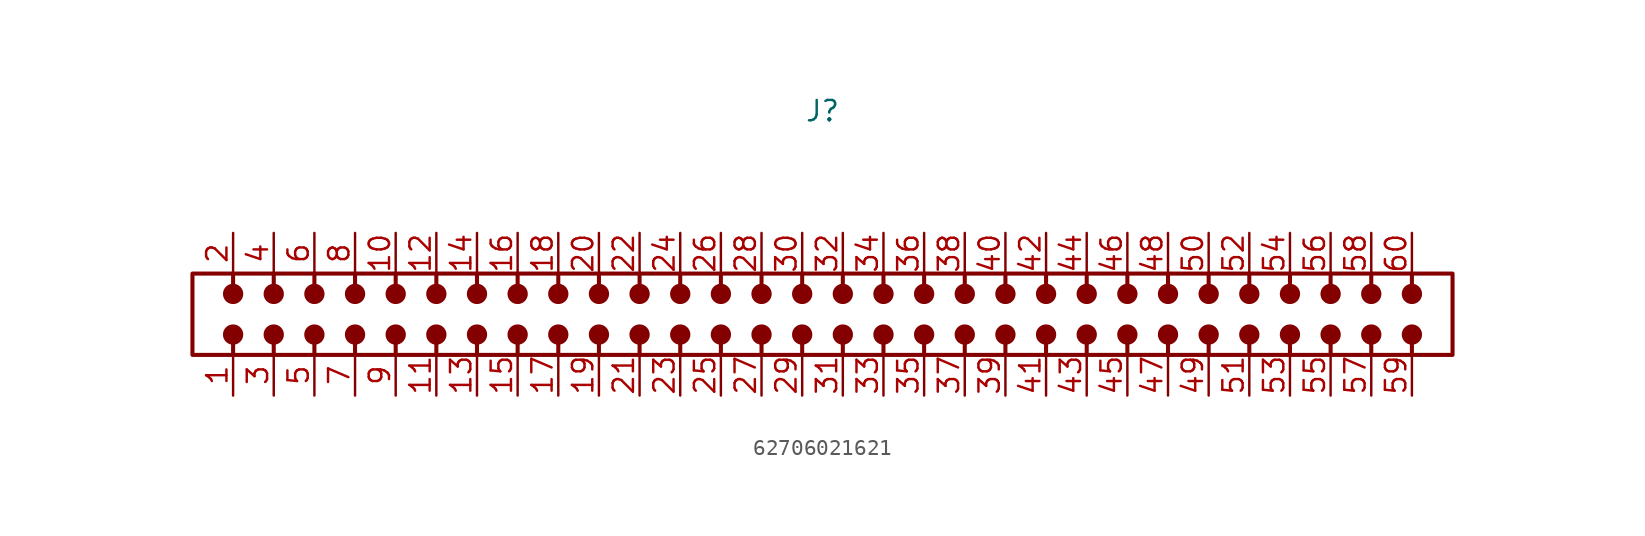
<source format=kicad_sym>
(kicad_symbol_lib
  (version 20241209)
  (generator "kicad_symbol_editor")
  (generator_version "9.0")
  (symbol "62706021621"
    (pin_names
      (hide yes))
    (property "Reference" "J"
      (at 0 12.7 0)
      (effects (font (size 1.27 1.27))))
    (symbol "62706021621_1_1"
      (polyline (pts (xy -36.83 1.778) (xy -36.83 2.54)) (stroke (width 0.254) (type solid)) (fill (type none)))
      (circle (center -36.83 1.27) (radius 0.508) (stroke (width 0.254) (type solid)) (fill (type outline)))
      (circle (center -36.83 -1.27) (radius 0.508) (stroke (width 0.254) (type solid)) (fill (type outline)))
      (polyline (pts (xy -36.83 -1.778) (xy -36.83 -2.54)) (stroke (width 0.254) (type solid)) (fill (type none)))
      (polyline (pts (xy -34.29 1.778) (xy -34.29 2.54)) (stroke (width 0.254) (type solid)) (fill (type none)))
      (circle (center -34.29 1.27) (radius 0.508) (stroke (width 0.254) (type solid)) (fill (type outline)))
      (circle (center -34.29 -1.27) (radius 0.508) (stroke (width 0.254) (type solid)) (fill (type outline)))
      (polyline (pts (xy -34.29 -1.778) (xy -34.29 -2.54)) (stroke (width 0.254) (type solid)) (fill (type none)))
      (polyline (pts (xy -31.75 1.778) (xy -31.75 2.54)) (stroke (width 0.254) (type solid)) (fill (type none)))
      (circle (center -31.75 1.27) (radius 0.508) (stroke (width 0.254) (type solid)) (fill (type outline)))
      (circle (center -31.75 -1.27) (radius 0.508) (stroke (width 0.254) (type solid)) (fill (type outline)))
      (polyline (pts (xy -31.75 -1.778) (xy -31.75 -2.54)) (stroke (width 0.254) (type solid)) (fill (type none)))
      (polyline (pts (xy -29.21 1.778) (xy -29.21 2.54)) (stroke (width 0.254) (type solid)) (fill (type none)))
      (circle (center -29.21 1.27) (radius 0.508) (stroke (width 0.254) (type solid)) (fill (type outline)))
      (circle (center -29.21 -1.27) (radius 0.508) (stroke (width 0.254) (type solid)) (fill (type outline)))
      (polyline (pts (xy -29.21 -1.778) (xy -29.21 -2.54)) (stroke (width 0.254) (type solid)) (fill (type none)))
      (polyline (pts (xy -26.67 1.778) (xy -26.67 2.54)) (stroke (width 0.254) (type solid)) (fill (type none)))
      (circle (center -26.67 1.27) (radius 0.508) (stroke (width 0.254) (type solid)) (fill (type outline)))
      (circle (center -26.67 -1.27) (radius 0.508) (stroke (width 0.254) (type solid)) (fill (type outline)))
      (polyline (pts (xy -26.67 -1.778) (xy -26.67 -2.54)) (stroke (width 0.254) (type solid)) (fill (type none)))
      (polyline (pts (xy -24.13 1.778) (xy -24.13 2.54)) (stroke (width 0.254) (type solid)) (fill (type none)))
      (circle (center -24.13 1.27) (radius 0.508) (stroke (width 0.254) (type solid)) (fill (type outline)))
      (circle (center -24.13 -1.27) (radius 0.508) (stroke (width 0.254) (type solid)) (fill (type outline)))
      (polyline (pts (xy -24.13 -1.778) (xy -24.13 -2.54)) (stroke (width 0.254) (type solid)) (fill (type none)))
      (polyline (pts (xy -21.59 1.778) (xy -21.59 2.54)) (stroke (width 0.254) (type solid)) (fill (type none)))
      (circle (center -21.59 1.27) (radius 0.508) (stroke (width 0.254) (type solid)) (fill (type outline)))
      (circle (center -21.59 -1.27) (radius 0.508) (stroke (width 0.254) (type solid)) (fill (type outline)))
      (polyline (pts (xy -21.59 -1.778) (xy -21.59 -2.54)) (stroke (width 0.254) (type solid)) (fill (type none)))
      (polyline (pts (xy -19.05 1.778) (xy -19.05 2.54)) (stroke (width 0.254) (type solid)) (fill (type none)))
      (circle (center -19.05 1.27) (radius 0.508) (stroke (width 0.254) (type solid)) (fill (type outline)))
      (circle (center -19.05 -1.27) (radius 0.508) (stroke (width 0.254) (type solid)) (fill (type outline)))
      (polyline (pts (xy -19.05 -1.778) (xy -19.05 -2.54)) (stroke (width 0.254) (type solid)) (fill (type none)))
      (polyline (pts (xy -16.51 1.778) (xy -16.51 2.54)) (stroke (width 0.254) (type solid)) (fill (type none)))
      (circle (center -16.51 1.27) (radius 0.508) (stroke (width 0.254) (type solid)) (fill (type outline)))
      (circle (center -16.51 -1.27) (radius 0.508) (stroke (width 0.254) (type solid)) (fill (type outline)))
      (polyline (pts (xy -16.51 -1.778) (xy -16.51 -2.54)) (stroke (width 0.254) (type solid)) (fill (type none)))
      (polyline (pts (xy -13.97 1.778) (xy -13.97 2.54)) (stroke (width 0.254) (type solid)) (fill (type none)))
      (circle (center -13.97 1.27) (radius 0.508) (stroke (width 0.254) (type solid)) (fill (type outline)))
      (circle (center -13.97 -1.27) (radius 0.508) (stroke (width 0.254) (type solid)) (fill (type outline)))
      (polyline (pts (xy -13.97 -1.778) (xy -13.97 -2.54)) (stroke (width 0.254) (type solid)) (fill (type none)))
      (polyline (pts (xy -11.43 1.778) (xy -11.43 2.54)) (stroke (width 0.254) (type solid)) (fill (type none)))
      (circle (center -11.43 1.27) (radius 0.508) (stroke (width 0.254) (type solid)) (fill (type outline)))
      (circle (center -11.43 -1.27) (radius 0.508) (stroke (width 0.254) (type solid)) (fill (type outline)))
      (polyline (pts (xy -11.43 -1.778) (xy -11.43 -2.54)) (stroke (width 0.254) (type solid)) (fill (type none)))
      (polyline (pts (xy -8.89 1.778) (xy -8.89 2.54)) (stroke (width 0.254) (type solid)) (fill (type none)))
      (circle (center -8.89 1.27) (radius 0.508) (stroke (width 0.254) (type solid)) (fill (type outline)))
      (circle (center -8.89 -1.27) (radius 0.508) (stroke (width 0.254) (type solid)) (fill (type outline)))
      (polyline (pts (xy -8.89 -1.778) (xy -8.89 -2.54)) (stroke (width 0.254) (type solid)) (fill (type none)))
      (polyline (pts (xy -6.35 1.778) (xy -6.35 2.54)) (stroke (width 0.254) (type solid)) (fill (type none)))
      (circle (center -6.35 1.27) (radius 0.508) (stroke (width 0.254) (type solid)) (fill (type outline)))
      (circle (center -6.35 -1.27) (radius 0.508) (stroke (width 0.254) (type solid)) (fill (type outline)))
      (polyline (pts (xy -6.35 -1.778) (xy -6.35 -2.54)) (stroke (width 0.254) (type solid)) (fill (type none)))
      (polyline (pts (xy -3.81 1.778) (xy -3.81 2.54)) (stroke (width 0.254) (type solid)) (fill (type none)))
      (circle (center -3.81 1.27) (radius 0.508) (stroke (width 0.254) (type solid)) (fill (type outline)))
      (circle (center -3.81 -1.27) (radius 0.508) (stroke (width 0.254) (type solid)) (fill (type outline)))
      (polyline (pts (xy -3.81 -1.778) (xy -3.81 -2.54)) (stroke (width 0.254) (type solid)) (fill (type none)))
      (polyline (pts (xy -1.27 1.778) (xy -1.27 2.54)) (stroke (width 0.254) (type solid)) (fill (type none)))
      (circle (center -1.27 1.27) (radius 0.508) (stroke (width 0.254) (type solid)) (fill (type outline)))
      (circle (center -1.27 -1.27) (radius 0.508) (stroke (width 0.254) (type solid)) (fill (type outline)))
      (polyline (pts (xy -1.27 -1.778) (xy -1.27 -2.54)) (stroke (width 0.254) (type solid)) (fill (type none)))
      (polyline (pts (xy 1.27 1.778) (xy 1.27 2.54)) (stroke (width 0.254) (type solid)) (fill (type none)))
      (circle (center 1.27 1.27) (radius 0.508) (stroke (width 0.254) (type solid)) (fill (type outline)))
      (circle (center 1.27 -1.27) (radius 0.508) (stroke (width 0.254) (type solid)) (fill (type outline)))
      (polyline (pts (xy 1.27 -1.778) (xy 1.27 -2.54)) (stroke (width 0.254) (type solid)) (fill (type none)))
      (polyline (pts (xy 3.81 1.778) (xy 3.81 2.54)) (stroke (width 0.254) (type solid)) (fill (type none)))
      (circle (center 3.81 1.27) (radius 0.508) (stroke (width 0.254) (type solid)) (fill (type outline)))
      (circle (center 3.81 -1.27) (radius 0.508) (stroke (width 0.254) (type solid)) (fill (type outline)))
      (polyline (pts (xy 3.81 -1.778) (xy 3.81 -2.54)) (stroke (width 0.254) (type solid)) (fill (type none)))
      (polyline (pts (xy 6.35 1.778) (xy 6.35 2.54)) (stroke (width 0.254) (type solid)) (fill (type none)))
      (circle (center 6.35 1.27) (radius 0.508) (stroke (width 0.254) (type solid)) (fill (type outline)))
      (circle (center 6.35 -1.27) (radius 0.508) (stroke (width 0.254) (type solid)) (fill (type outline)))
      (polyline (pts (xy 6.35 -1.778) (xy 6.35 -2.54)) (stroke (width 0.254) (type solid)) (fill (type none)))
      (polyline (pts (xy 8.89 1.778) (xy 8.89 2.54)) (stroke (width 0.254) (type solid)) (fill (type none)))
      (circle (center 8.89 1.27) (radius 0.508) (stroke (width 0.254) (type solid)) (fill (type outline)))
      (circle (center 8.89 -1.27) (radius 0.508) (stroke (width 0.254) (type solid)) (fill (type outline)))
      (polyline (pts (xy 8.89 -1.778) (xy 8.89 -2.54)) (stroke (width 0.254) (type solid)) (fill (type none)))
      (polyline (pts (xy 11.43 1.778) (xy 11.43 2.54)) (stroke (width 0.254) (type solid)) (fill (type none)))
      (circle (center 11.43 1.27) (radius 0.508) (stroke (width 0.254) (type solid)) (fill (type outline)))
      (circle (center 11.43 -1.27) (radius 0.508) (stroke (width 0.254) (type solid)) (fill (type outline)))
      (polyline (pts (xy 11.43 -1.778) (xy 11.43 -2.54)) (stroke (width 0.254) (type solid)) (fill (type none)))
      (polyline (pts (xy 13.97 1.778) (xy 13.97 2.54)) (stroke (width 0.254) (type solid)) (fill (type none)))
      (circle (center 13.97 1.27) (radius 0.508) (stroke (width 0.254) (type solid)) (fill (type outline)))
      (circle (center 13.97 -1.27) (radius 0.508) (stroke (width 0.254) (type solid)) (fill (type outline)))
      (polyline (pts (xy 13.97 -1.778) (xy 13.97 -2.54)) (stroke (width 0.254) (type solid)) (fill (type none)))
      (polyline (pts (xy 16.51 1.778) (xy 16.51 2.54)) (stroke (width 0.254) (type solid)) (fill (type none)))
      (circle (center 16.51 1.27) (radius 0.508) (stroke (width 0.254) (type solid)) (fill (type outline)))
      (circle (center 16.51 -1.27) (radius 0.508) (stroke (width 0.254) (type solid)) (fill (type outline)))
      (polyline (pts (xy 16.51 -1.778) (xy 16.51 -2.54)) (stroke (width 0.254) (type solid)) (fill (type none)))
      (polyline (pts (xy 19.05 1.778) (xy 19.05 2.54)) (stroke (width 0.254) (type solid)) (fill (type none)))
      (circle (center 19.05 1.27) (radius 0.508) (stroke (width 0.254) (type solid)) (fill (type outline)))
      (circle (center 19.05 -1.27) (radius 0.508) (stroke (width 0.254) (type solid)) (fill (type outline)))
      (polyline (pts (xy 19.05 -1.778) (xy 19.05 -2.54)) (stroke (width 0.254) (type solid)) (fill (type none)))
      (polyline (pts (xy 21.59 1.778) (xy 21.59 2.54)) (stroke (width 0.254) (type solid)) (fill (type none)))
      (circle (center 21.59 1.27) (radius 0.508) (stroke (width 0.254) (type solid)) (fill (type outline)))
      (circle (center 21.59 -1.27) (radius 0.508) (stroke (width 0.254) (type solid)) (fill (type outline)))
      (polyline (pts (xy 21.59 -1.778) (xy 21.59 -2.54)) (stroke (width 0.254) (type solid)) (fill (type none)))
      (polyline (pts (xy 24.13 1.778) (xy 24.13 2.54)) (stroke (width 0.254) (type solid)) (fill (type none)))
      (circle (center 24.13 1.27) (radius 0.508) (stroke (width 0.254) (type solid)) (fill (type outline)))
      (circle (center 24.13 -1.27) (radius 0.508) (stroke (width 0.254) (type solid)) (fill (type outline)))
      (polyline (pts (xy 24.13 -1.778) (xy 24.13 -2.54)) (stroke (width 0.254) (type solid)) (fill (type none)))
      (polyline (pts (xy 26.67 1.778) (xy 26.67 2.54)) (stroke (width 0.254) (type solid)) (fill (type none)))
      (circle (center 26.67 1.27) (radius 0.508) (stroke (width 0.254) (type solid)) (fill (type outline)))
      (circle (center 26.67 -1.27) (radius 0.508) (stroke (width 0.254) (type solid)) (fill (type outline)))
      (polyline (pts (xy 26.67 -1.778) (xy 26.67 -2.54)) (stroke (width 0.254) (type solid)) (fill (type none)))
      (polyline (pts (xy 29.21 1.778) (xy 29.21 2.54)) (stroke (width 0.254) (type solid)) (fill (type none)))
      (circle (center 29.21 1.27) (radius 0.508) (stroke (width 0.254) (type solid)) (fill (type outline)))
      (circle (center 29.21 -1.27) (radius 0.508) (stroke (width 0.254) (type solid)) (fill (type outline)))
      (polyline (pts (xy 29.21 -1.778) (xy 29.21 -2.54)) (stroke (width 0.254) (type solid)) (fill (type none)))
      (polyline (pts (xy 31.75 1.778) (xy 31.75 2.54)) (stroke (width 0.254) (type solid)) (fill (type none)))
      (circle (center 31.75 1.27) (radius 0.508) (stroke (width 0.254) (type solid)) (fill (type outline)))
      (circle (center 31.75 -1.27) (radius 0.508) (stroke (width 0.254) (type solid)) (fill (type outline)))
      (polyline (pts (xy 31.75 -1.778) (xy 31.75 -2.54)) (stroke (width 0.254) (type solid)) (fill (type none)))
      (polyline (pts (xy 34.29 1.778) (xy 34.29 2.54)) (stroke (width 0.254) (type solid)) (fill (type none)))
      (circle (center 34.29 1.27) (radius 0.508) (stroke (width 0.254) (type solid)) (fill (type outline)))
      (circle (center 34.29 -1.27) (radius 0.508) (stroke (width 0.254) (type solid)) (fill (type outline)))
      (polyline (pts (xy 34.29 -1.778) (xy 34.29 -2.54)) (stroke (width 0.254) (type solid)) (fill (type none)))
      (polyline (pts (xy 36.83 1.778) (xy 36.83 2.54)) (stroke (width 0.254) (type solid)) (fill (type none)))
      (circle (center 36.83 1.27) (radius 0.508) (stroke (width 0.254) (type solid)) (fill (type outline)))
      (circle (center 36.83 -1.27) (radius 0.508) (stroke (width 0.254) (type solid)) (fill (type outline)))
      (polyline (pts (xy 36.83 -1.778) (xy 36.83 -2.54)) (stroke (width 0.254) (type solid)) (fill (type none)))
      (rectangle (start 39.37 -2.54) (end -39.37 2.54) (stroke (width 0.254) (type solid)) (fill (type none)))
      (pin passive line (at -36.83 5.08 270) (length 2.54) (name "2" (effects (font (size 1.27 1.27)))) (number "2" (effects (font (size 1.27 1.27)))))
      (pin passive line (at -36.83 -5.08 90) (length 2.54) (name "1" (effects (font (size 1.27 1.27)))) (number "1" (effects (font (size 1.27 1.27)))))
      (pin passive line (at -34.29 5.08 270) (length 2.54) (name "4" (effects (font (size 1.27 1.27)))) (number "4" (effects (font (size 1.27 1.27)))))
      (pin passive line (at -34.29 -5.08 90) (length 2.54) (name "3" (effects (font (size 1.27 1.27)))) (number "3" (effects (font (size 1.27 1.27)))))
      (pin passive line (at -31.75 5.08 270) (length 2.54) (name "6" (effects (font (size 1.27 1.27)))) (number "6" (effects (font (size 1.27 1.27)))))
      (pin passive line (at -31.75 -5.08 90) (length 2.54) (name "5" (effects (font (size 1.27 1.27)))) (number "5" (effects (font (size 1.27 1.27)))))
      (pin passive line (at -29.21 5.08 270) (length 2.54) (name "8" (effects (font (size 1.27 1.27)))) (number "8" (effects (font (size 1.27 1.27)))))
      (pin passive line (at -29.21 -5.08 90) (length 2.54) (name "7" (effects (font (size 1.27 1.27)))) (number "7" (effects (font (size 1.27 1.27)))))
      (pin passive line (at -26.67 5.08 270) (length 2.54) (name "10" (effects (font (size 1.27 1.27)))) (number "10" (effects (font (size 1.27 1.27)))))
      (pin passive line (at -26.67 -5.08 90) (length 2.54) (name "9" (effects (font (size 1.27 1.27)))) (number "9" (effects (font (size 1.27 1.27)))))
      (pin passive line (at -24.13 5.08 270) (length 2.54) (name "12" (effects (font (size 1.27 1.27)))) (number "12" (effects (font (size 1.27 1.27)))))
      (pin passive line (at -24.13 -5.08 90) (length 2.54) (name "11" (effects (font (size 1.27 1.27)))) (number "11" (effects (font (size 1.27 1.27)))))
      (pin passive line (at -21.59 5.08 270) (length 2.54) (name "14" (effects (font (size 1.27 1.27)))) (number "14" (effects (font (size 1.27 1.27)))))
      (pin passive line (at -21.59 -5.08 90) (length 2.54) (name "13" (effects (font (size 1.27 1.27)))) (number "13" (effects (font (size 1.27 1.27)))))
      (pin passive line (at -19.05 5.08 270) (length 2.54) (name "16" (effects (font (size 1.27 1.27)))) (number "16" (effects (font (size 1.27 1.27)))))
      (pin passive line (at -19.05 -5.08 90) (length 2.54) (name "15" (effects (font (size 1.27 1.27)))) (number "15" (effects (font (size 1.27 1.27)))))
      (pin passive line (at -16.51 5.08 270) (length 2.54) (name "18" (effects (font (size 1.27 1.27)))) (number "18" (effects (font (size 1.27 1.27)))))
      (pin passive line (at -16.51 -5.08 90) (length 2.54) (name "17" (effects (font (size 1.27 1.27)))) (number "17" (effects (font (size 1.27 1.27)))))
      (pin passive line (at -13.97 5.08 270) (length 2.54) (name "20" (effects (font (size 1.27 1.27)))) (number "20" (effects (font (size 1.27 1.27)))))
      (pin passive line (at -13.97 -5.08 90) (length 2.54) (name "19" (effects (font (size 1.27 1.27)))) (number "19" (effects (font (size 1.27 1.27)))))
      (pin passive line (at -11.43 5.08 270) (length 2.54) (name "22" (effects (font (size 1.27 1.27)))) (number "22" (effects (font (size 1.27 1.27)))))
      (pin passive line (at -11.43 -5.08 90) (length 2.54) (name "21" (effects (font (size 1.27 1.27)))) (number "21" (effects (font (size 1.27 1.27)))))
      (pin passive line (at -8.89 5.08 270) (length 2.54) (name "24" (effects (font (size 1.27 1.27)))) (number "24" (effects (font (size 1.27 1.27)))))
      (pin passive line (at -8.89 -5.08 90) (length 2.54) (name "23" (effects (font (size 1.27 1.27)))) (number "23" (effects (font (size 1.27 1.27)))))
      (pin passive line (at -6.35 5.08 270) (length 2.54) (name "26" (effects (font (size 1.27 1.27)))) (number "26" (effects (font (size 1.27 1.27)))))
      (pin passive line (at -6.35 -5.08 90) (length 2.54) (name "25" (effects (font (size 1.27 1.27)))) (number "25" (effects (font (size 1.27 1.27)))))
      (pin passive line (at -3.81 5.08 270) (length 2.54) (name "28" (effects (font (size 1.27 1.27)))) (number "28" (effects (font (size 1.27 1.27)))))
      (pin passive line (at -3.81 -5.08 90) (length 2.54) (name "27" (effects (font (size 1.27 1.27)))) (number "27" (effects (font (size 1.27 1.27)))))
      (pin passive line (at -1.27 5.08 270) (length 2.54) (name "30" (effects (font (size 1.27 1.27)))) (number "30" (effects (font (size 1.27 1.27)))))
      (pin passive line (at -1.27 -5.08 90) (length 2.54) (name "29" (effects (font (size 1.27 1.27)))) (number "29" (effects (font (size 1.27 1.27)))))
      (pin passive line (at 1.27 5.08 270) (length 2.54) (name "32" (effects (font (size 1.27 1.27)))) (number "32" (effects (font (size 1.27 1.27)))))
      (pin passive line (at 1.27 -5.08 90) (length 2.54) (name "31" (effects (font (size 1.27 1.27)))) (number "31" (effects (font (size 1.27 1.27)))))
      (pin passive line (at 3.81 5.08 270) (length 2.54) (name "34" (effects (font (size 1.27 1.27)))) (number "34" (effects (font (size 1.27 1.27)))))
      (pin passive line (at 3.81 -5.08 90) (length 2.54) (name "33" (effects (font (size 1.27 1.27)))) (number "33" (effects (font (size 1.27 1.27)))))
      (pin passive line (at 6.35 5.08 270) (length 2.54) (name "36" (effects (font (size 1.27 1.27)))) (number "36" (effects (font (size 1.27 1.27)))))
      (pin passive line (at 6.35 -5.08 90) (length 2.54) (name "35" (effects (font (size 1.27 1.27)))) (number "35" (effects (font (size 1.27 1.27)))))
      (pin passive line (at 8.89 5.08 270) (length 2.54) (name "38" (effects (font (size 1.27 1.27)))) (number "38" (effects (font (size 1.27 1.27)))))
      (pin passive line (at 8.89 -5.08 90) (length 2.54) (name "37" (effects (font (size 1.27 1.27)))) (number "37" (effects (font (size 1.27 1.27)))))
      (pin passive line (at 11.43 5.08 270) (length 2.54) (name "40" (effects (font (size 1.27 1.27)))) (number "40" (effects (font (size 1.27 1.27)))))
      (pin passive line (at 11.43 -5.08 90) (length 2.54) (name "39" (effects (font (size 1.27 1.27)))) (number "39" (effects (font (size 1.27 1.27)))))
      (pin passive line (at 13.97 5.08 270) (length 2.54) (name "42" (effects (font (size 1.27 1.27)))) (number "42" (effects (font (size 1.27 1.27)))))
      (pin passive line (at 13.97 -5.08 90) (length 2.54) (name "41" (effects (font (size 1.27 1.27)))) (number "41" (effects (font (size 1.27 1.27)))))
      (pin passive line (at 16.51 5.08 270) (length 2.54) (name "44" (effects (font (size 1.27 1.27)))) (number "44" (effects (font (size 1.27 1.27)))))
      (pin passive line (at 16.51 -5.08 90) (length 2.54) (name "43" (effects (font (size 1.27 1.27)))) (number "43" (effects (font (size 1.27 1.27)))))
      (pin passive line (at 19.05 5.08 270) (length 2.54) (name "46" (effects (font (size 1.27 1.27)))) (number "46" (effects (font (size 1.27 1.27)))))
      (pin passive line (at 19.05 -5.08 90) (length 2.54) (name "45" (effects (font (size 1.27 1.27)))) (number "45" (effects (font (size 1.27 1.27)))))
      (pin passive line (at 21.59 5.08 270) (length 2.54) (name "48" (effects (font (size 1.27 1.27)))) (number "48" (effects (font (size 1.27 1.27)))))
      (pin passive line (at 21.59 -5.08 90) (length 2.54) (name "47" (effects (font (size 1.27 1.27)))) (number "47" (effects (font (size 1.27 1.27)))))
      (pin passive line (at 24.13 5.08 270) (length 2.54) (name "50" (effects (font (size 1.27 1.27)))) (number "50" (effects (font (size 1.27 1.27)))))
      (pin passive line (at 24.13 -5.08 90) (length 2.54) (name "49" (effects (font (size 1.27 1.27)))) (number "49" (effects (font (size 1.27 1.27)))))
      (pin passive line (at 26.67 5.08 270) (length 2.54) (name "52" (effects (font (size 1.27 1.27)))) (number "52" (effects (font (size 1.27 1.27)))))
      (pin passive line (at 26.67 -5.08 90) (length 2.54) (name "51" (effects (font (size 1.27 1.27)))) (number "51" (effects (font (size 1.27 1.27)))))
      (pin passive line (at 29.21 5.08 270) (length 2.54) (name "54" (effects (font (size 1.27 1.27)))) (number "54" (effects (font (size 1.27 1.27)))))
      (pin passive line (at 29.21 -5.08 90) (length 2.54) (name "53" (effects (font (size 1.27 1.27)))) (number "53" (effects (font (size 1.27 1.27)))))
      (pin passive line (at 31.75 5.08 270) (length 2.54) (name "56" (effects (font (size 1.27 1.27)))) (number "56" (effects (font (size 1.27 1.27)))))
      (pin passive line (at 31.75 -5.08 90) (length 2.54) (name "55" (effects (font (size 1.27 1.27)))) (number "55" (effects (font (size 1.27 1.27)))))
      (pin passive line (at 34.29 5.08 270) (length 2.54) (name "58" (effects (font (size 1.27 1.27)))) (number "58" (effects (font (size 1.27 1.27)))))
      (pin passive line (at 34.29 -5.08 90) (length 2.54) (name "57" (effects (font (size 1.27 1.27)))) (number "57" (effects (font (size 1.27 1.27)))))
      (pin passive line (at 36.83 5.08 270) (length 2.54) (name "60" (effects (font (size 1.27 1.27)))) (number "60" (effects (font (size 1.27 1.27)))))
      (pin passive line (at 36.83 -5.08 90) (length 2.54) (name "59" (effects (font (size 1.27 1.27)))) (number "59" (effects (font (size 1.27 1.27))))))))
</source>
